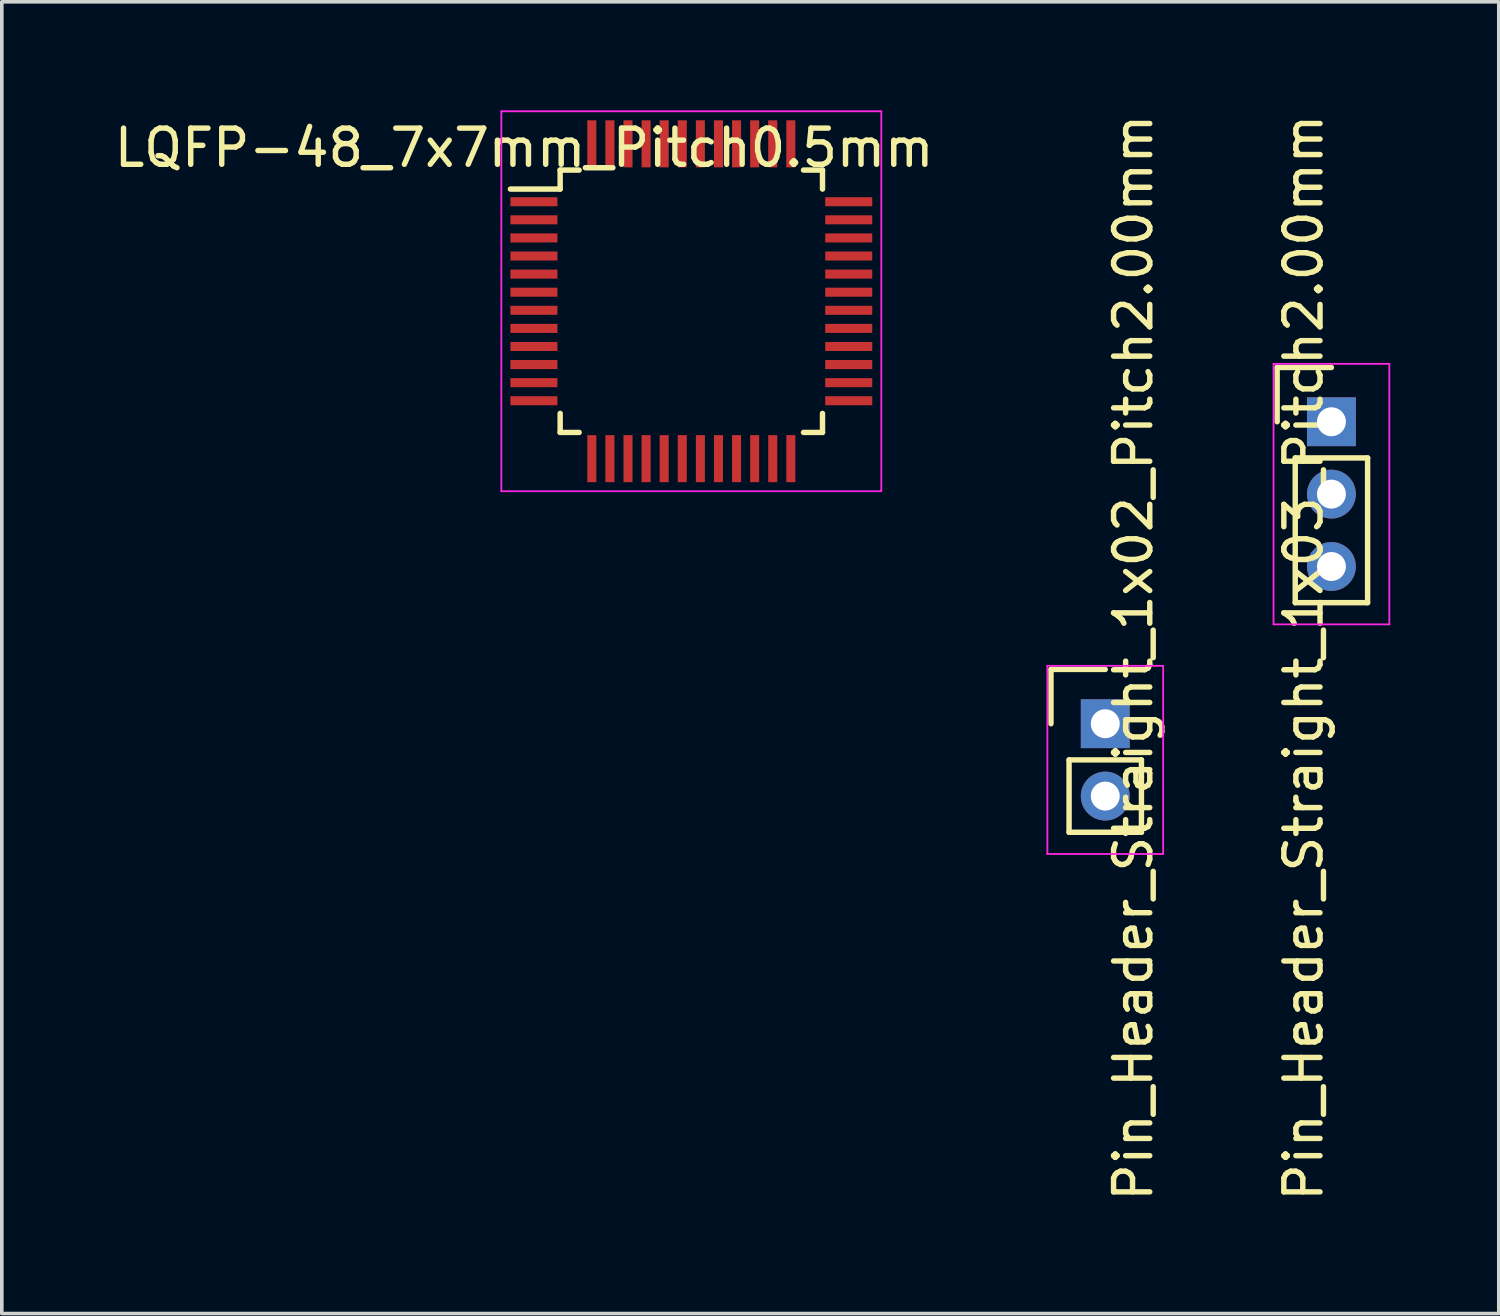
<source format=kicad_pcb>
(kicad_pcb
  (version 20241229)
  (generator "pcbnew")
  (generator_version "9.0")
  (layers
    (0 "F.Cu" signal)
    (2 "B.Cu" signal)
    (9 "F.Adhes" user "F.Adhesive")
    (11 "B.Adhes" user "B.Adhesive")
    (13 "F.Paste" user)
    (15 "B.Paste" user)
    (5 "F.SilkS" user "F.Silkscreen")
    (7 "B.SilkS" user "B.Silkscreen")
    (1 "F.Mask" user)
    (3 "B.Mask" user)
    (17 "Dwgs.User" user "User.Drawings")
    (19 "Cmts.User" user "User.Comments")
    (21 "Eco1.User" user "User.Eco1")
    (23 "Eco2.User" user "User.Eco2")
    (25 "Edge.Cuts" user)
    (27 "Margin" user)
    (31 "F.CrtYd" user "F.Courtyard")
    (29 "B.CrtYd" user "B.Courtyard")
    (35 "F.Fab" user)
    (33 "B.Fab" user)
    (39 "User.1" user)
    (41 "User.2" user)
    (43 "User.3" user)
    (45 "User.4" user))
  (footprint "Pin_Header_Straight_1x02_Pitch2.00mm"
    (layer "F.Cu")
    (at 27.494 16.95)
    (property "Reference" "Pin_Header_Straight_1x02_Pitch2.00mm" (at 0.775 -1.825 90) (layer "F.SilkS") (effects (font (size 1 1) (thickness 0.15))))
    (attr through_hole)
    (fp_line (start -1.5 -1.5) (end 0 -1.5) (stroke (width 0.15) (type solid)) (layer "F.SilkS"))
    (fp_line (start -1.5 0) (end -1.5 -1.5) (stroke (width 0.15) (type solid)) (layer "F.SilkS"))
    (fp_line (start -1 1) (end 1 1) (stroke (width 0.15) (type solid)) (layer "F.SilkS"))
    (fp_line (start -1 3) (end -1 1) (stroke (width 0.15) (type solid)) (layer "F.SilkS"))
    (fp_line (start 1 1) (end 1 3) (stroke (width 0.15) (type solid)) (layer "F.SilkS"))
    (fp_line (start 1 3) (end -1 3) (stroke (width 0.15) (type solid)) (layer "F.SilkS"))
    (fp_line (start -1.6 -1.6) (end 1.6 -1.6) (stroke (width 0.05) (type solid)) (layer "F.CrtYd"))
    (fp_line (start -1.6 3.6) (end -1.6 -1.6) (stroke (width 0.05) (type solid)) (layer "F.CrtYd"))
    (fp_line (start 1.6 -1.6) (end 1.6 3.6) (stroke (width 0.05) (type solid)) (layer "F.CrtYd"))
    (fp_line (start 1.6 3.6) (end -1.6 3.6) (stroke (width 0.05) (type solid)) (layer "F.CrtYd"))
    (pad "1" thru_hole rect (at 0 0) (size 1.35 1.35) (drill 0.8) (layers "*.Cu" "*.Mask"))
    (pad "2" thru_hole circle (at 0 2) (size 1.35 1.35) (drill 0.8) (layers "*.Cu" "*.Mask")))
  (footprint "Pin_Header_Straight_1x03_Pitch2.00mm"
    (layer "F.Cu")
    (at 33.744 8.605)
    (property "Reference" "Pin_Header_Straight_1x03_Pitch2.00mm" (at -0.77 6.52 90) (layer "F.SilkS") (effects (font (size 1 1) (thickness 0.15))))
    (attr through_hole)
    (fp_line (start -1.5 -1.5) (end 0 -1.5) (stroke (width 0.15) (type solid)) (layer "F.SilkS"))
    (fp_line (start -1.5 0) (end -1.5 -1.5) (stroke (width 0.15) (type solid)) (layer "F.SilkS"))
    (fp_line (start -1 1) (end 1 1) (stroke (width 0.15) (type solid)) (layer "F.SilkS"))
    (fp_line (start -1 5) (end -1 1) (stroke (width 0.15) (type solid)) (layer "F.SilkS"))
    (fp_line (start 1 1) (end 1 5) (stroke (width 0.15) (type solid)) (layer "F.SilkS"))
    (fp_line (start 1 5) (end -1 5) (stroke (width 0.15) (type solid)) (layer "F.SilkS"))
    (fp_line (start -1.6 -1.6) (end 1.6 -1.6) (stroke (width 0.05) (type solid)) (layer "F.CrtYd"))
    (fp_line (start -1.6 5.6) (end -1.6 -1.6) (stroke (width 0.05) (type solid)) (layer "F.CrtYd"))
    (fp_line (start 1.6 -1.6) (end 1.6 5.6) (stroke (width 0.05) (type solid)) (layer "F.CrtYd"))
    (fp_line (start 1.6 5.6) (end -1.6 5.6) (stroke (width 0.05) (type solid)) (layer "F.CrtYd"))
    (pad "1" thru_hole rect (at 0 0) (size 1.35 1.35) (drill 0.8) (layers "*.Cu" "*.Mask"))
    (pad "2" thru_hole circle (at 0 2) (size 1.35 1.35) (drill 0.8) (layers "*.Cu" "*.Mask"))
    (pad "3" thru_hole circle (at 0 4) (size 1.35 1.35) (drill 0.8) (layers "*.Cu" "*.Mask")))
  (footprint "LQFP-48_7x7mm_Pitch0.5mm"
    (layer "F.Cu")
    (at 16.055 5.275)
    (property "Reference" "LQFP-48_7x7mm_Pitch0.5mm" (at -4.62 -4.24 0) (layer "F.SilkS") (effects (font (size 1 1) (thickness 0.15))))
    (attr smd)
    (fp_line (start -3.625 -3.625) (end -3.625 -3.1) (stroke (width 0.15) (type solid)) (layer "F.SilkS"))
    (fp_line (start -3.625 -3.625) (end -3.1 -3.625) (stroke (width 0.15) (type solid)) (layer "F.SilkS"))
    (fp_line (start -3.625 -3.1) (end -5 -3.1) (stroke (width 0.15) (type solid)) (layer "F.SilkS"))
    (fp_line (start -3.625 3.625) (end -3.625 3.1) (stroke (width 0.15) (type solid)) (layer "F.SilkS"))
    (fp_line (start -3.625 3.625) (end -3.1 3.625) (stroke (width 0.15) (type solid)) (layer "F.SilkS"))
    (fp_line (start 3.625 -3.625) (end 3.1 -3.625) (stroke (width 0.15) (type solid)) (layer "F.SilkS"))
    (fp_line (start 3.625 -3.625) (end 3.625 -3.1) (stroke (width 0.15) (type solid)) (layer "F.SilkS"))
    (fp_line (start 3.625 3.625) (end 3.1 3.625) (stroke (width 0.15) (type solid)) (layer "F.SilkS"))
    (fp_line (start 3.625 3.625) (end 3.625 3.1) (stroke (width 0.15) (type solid)) (layer "F.SilkS"))
    (fp_line (start -5.25 -5.25) (end -5.25 5.25) (stroke (width 0.05) (type solid)) (layer "F.CrtYd"))
    (fp_line (start -5.25 -5.25) (end 5.25 -5.25) (stroke (width 0.05) (type solid)) (layer "F.CrtYd"))
    (fp_line (start -5.25 5.25) (end 5.25 5.25) (stroke (width 0.05) (type solid)) (layer "F.CrtYd"))
    (fp_line (start 5.25 -5.25) (end 5.25 5.25) (stroke (width 0.05) (type solid)) (layer "F.CrtYd"))
    (pad "1" smd rect (at -4.35 -2.75) (size 1.3 0.25) (layers "F.Cu" "F.Mask" "F.Paste"))
    (pad "2" smd rect (at -4.35 -2.25) (size 1.3 0.25) (layers "F.Cu" "F.Mask" "F.Paste"))
    (pad "3" smd rect (at -4.35 -1.75) (size 1.3 0.25) (layers "F.Cu" "F.Mask" "F.Paste"))
    (pad "4" smd rect (at -4.35 -1.25) (size 1.3 0.25) (layers "F.Cu" "F.Mask" "F.Paste"))
    (pad "5" smd rect (at -4.35 -0.75) (size 1.3 0.25) (layers "F.Cu" "F.Mask" "F.Paste"))
    (pad "6" smd rect (at -4.35 -0.25) (size 1.3 0.25) (layers "F.Cu" "F.Mask" "F.Paste"))
    (pad "7" smd rect (at -4.35 0.25) (size 1.3 0.25) (layers "F.Cu" "F.Mask" "F.Paste"))
    (pad "8" smd rect (at -4.35 0.75) (size 1.3 0.25) (layers "F.Cu" "F.Mask" "F.Paste"))
    (pad "9" smd rect (at -4.35 1.25) (size 1.3 0.25) (layers "F.Cu" "F.Mask" "F.Paste"))
    (pad "10" smd rect (at -4.35 1.75) (size 1.3 0.25) (layers "F.Cu" "F.Mask" "F.Paste"))
    (pad "11" smd rect (at -4.35 2.25) (size 1.3 0.25) (layers "F.Cu" "F.Mask" "F.Paste"))
    (pad "12" smd rect (at -4.35 2.75) (size 1.3 0.25) (layers "F.Cu" "F.Mask" "F.Paste"))
    (pad "13" smd rect (at -2.75 4.35 90) (size 1.3 0.25) (layers "F.Cu" "F.Mask" "F.Paste"))
    (pad "14" smd rect (at -2.25 4.35 90) (size 1.3 0.25) (layers "F.Cu" "F.Mask" "F.Paste"))
    (pad "15" smd rect (at -1.75 4.35 90) (size 1.3 0.25) (layers "F.Cu" "F.Mask" "F.Paste"))
    (pad "16" smd rect (at -1.25 4.35 90) (size 1.3 0.25) (layers "F.Cu" "F.Mask" "F.Paste"))
    (pad "17" smd rect (at -0.75 4.35 90) (size 1.3 0.25) (layers "F.Cu" "F.Mask" "F.Paste"))
    (pad "18" smd rect (at -0.25 4.35 90) (size 1.3 0.25) (layers "F.Cu" "F.Mask" "F.Paste"))
    (pad "19" smd rect (at 0.25 4.35 90) (size 1.3 0.25) (layers "F.Cu" "F.Mask" "F.Paste"))
    (pad "20" smd rect (at 0.75 4.35 90) (size 1.3 0.25) (layers "F.Cu" "F.Mask" "F.Paste"))
    (pad "21" smd rect (at 1.25 4.35 90) (size 1.3 0.25) (layers "F.Cu" "F.Mask" "F.Paste"))
    (pad "22" smd rect (at 1.75 4.35 90) (size 1.3 0.25) (layers "F.Cu" "F.Mask" "F.Paste"))
    (pad "23" smd rect (at 2.25 4.35 90) (size 1.3 0.25) (layers "F.Cu" "F.Mask" "F.Paste"))
    (pad "24" smd rect (at 2.75 4.35 90) (size 1.3 0.25) (layers "F.Cu" "F.Mask" "F.Paste"))
    (pad "25" smd rect (at 4.35 2.75) (size 1.3 0.25) (layers "F.Cu" "F.Mask" "F.Paste"))
    (pad "26" smd rect (at 4.35 2.25) (size 1.3 0.25) (layers "F.Cu" "F.Mask" "F.Paste"))
    (pad "27" smd rect (at 4.35 1.75) (size 1.3 0.25) (layers "F.Cu" "F.Mask" "F.Paste"))
    (pad "28" smd rect (at 4.35 1.25) (size 1.3 0.25) (layers "F.Cu" "F.Mask" "F.Paste"))
    (pad "29" smd rect (at 4.35 0.75) (size 1.3 0.25) (layers "F.Cu" "F.Mask" "F.Paste"))
    (pad "30" smd rect (at 4.35 0.25) (size 1.3 0.25) (layers "F.Cu" "F.Mask" "F.Paste"))
    (pad "31" smd rect (at 4.35 -0.25) (size 1.3 0.25) (layers "F.Cu" "F.Mask" "F.Paste"))
    (pad "32" smd rect (at 4.35 -0.75) (size 1.3 0.25) (layers "F.Cu" "F.Mask" "F.Paste"))
    (pad "33" smd rect (at 4.35 -1.25) (size 1.3 0.25) (layers "F.Cu" "F.Mask" "F.Paste"))
    (pad "34" smd rect (at 4.35 -1.75) (size 1.3 0.25) (layers "F.Cu" "F.Mask" "F.Paste"))
    (pad "35" smd rect (at 4.35 -2.25) (size 1.3 0.25) (layers "F.Cu" "F.Mask" "F.Paste"))
    (pad "36" smd rect (at 4.35 -2.75) (size 1.3 0.25) (layers "F.Cu" "F.Mask" "F.Paste"))
    (pad "37" smd rect (at 2.75 -4.35 90) (size 1.3 0.25) (layers "F.Cu" "F.Mask" "F.Paste"))
    (pad "38" smd rect (at 2.25 -4.35 90) (size 1.3 0.25) (layers "F.Cu" "F.Mask" "F.Paste"))
    (pad "39" smd rect (at 1.75 -4.35 90) (size 1.3 0.25) (layers "F.Cu" "F.Mask" "F.Paste"))
    (pad "40" smd rect (at 1.25 -4.35 90) (size 1.3 0.25) (layers "F.Cu" "F.Mask" "F.Paste"))
    (pad "41" smd rect (at 0.75 -4.35 90) (size 1.3 0.25) (layers "F.Cu" "F.Mask" "F.Paste"))
    (pad "42" smd rect (at 0.25 -4.35 90) (size 1.3 0.25) (layers "F.Cu" "F.Mask" "F.Paste"))
    (pad "43" smd rect (at -0.25 -4.35 90) (size 1.3 0.25) (layers "F.Cu" "F.Mask" "F.Paste"))
    (pad "44" smd rect (at -0.75 -4.35 90) (size 1.3 0.25) (layers "F.Cu" "F.Mask" "F.Paste"))
    (pad "45" smd rect (at -1.25 -4.35 90) (size 1.3 0.25) (layers "F.Cu" "F.Mask" "F.Paste"))
    (pad "46" smd rect (at -1.75 -4.35 90) (size 1.3 0.25) (layers "F.Cu" "F.Mask" "F.Paste"))
    (pad "47" smd rect (at -2.25 -4.35 90) (size 1.3 0.25) (layers "F.Cu" "F.Mask" "F.Paste"))
    (pad "48" smd rect (at -2.75 -4.35 90) (size 1.3 0.25) (layers "F.Cu" "F.Mask" "F.Paste")))
  (gr_rect
    (start -3 -3)
    (end 38.369 33.25)
    (stroke (width 0.1) (type default))
    (fill no)
    (layer "Edge.Cuts")))
</source>
